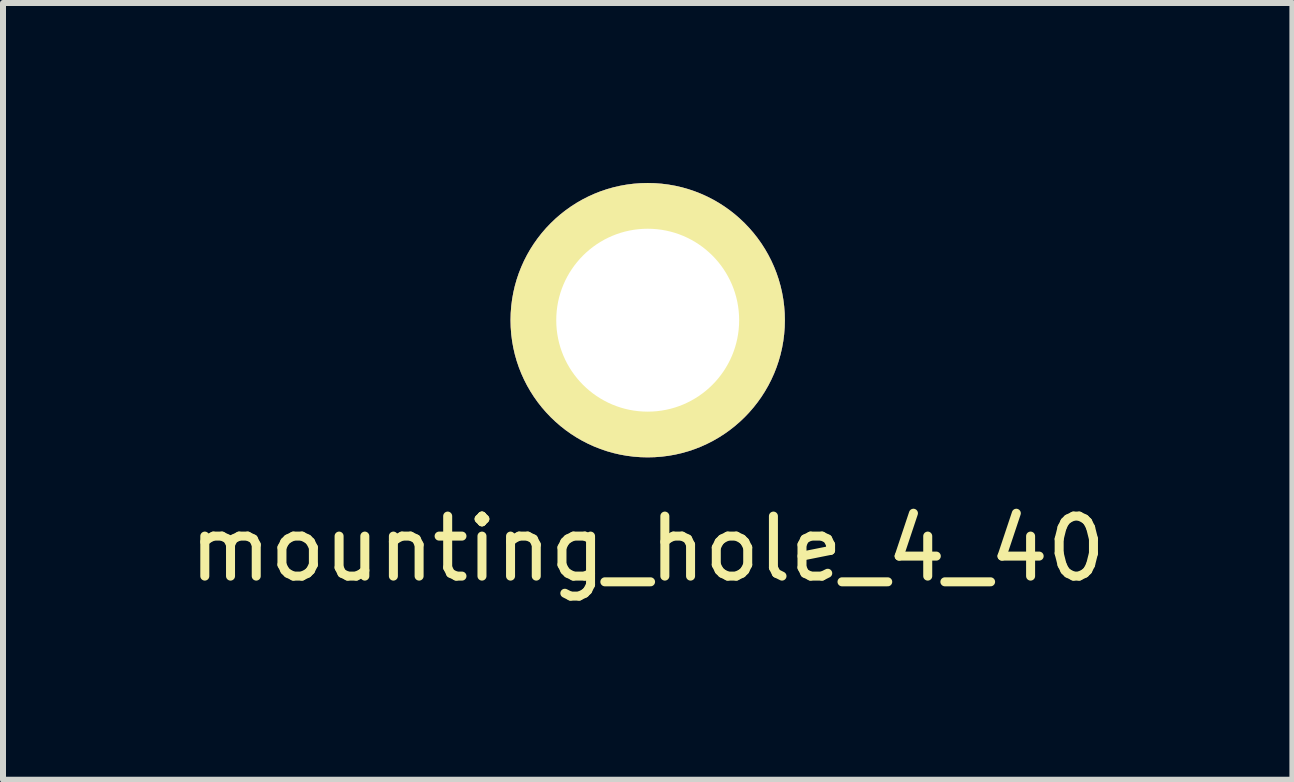
<source format=kicad_pcb>
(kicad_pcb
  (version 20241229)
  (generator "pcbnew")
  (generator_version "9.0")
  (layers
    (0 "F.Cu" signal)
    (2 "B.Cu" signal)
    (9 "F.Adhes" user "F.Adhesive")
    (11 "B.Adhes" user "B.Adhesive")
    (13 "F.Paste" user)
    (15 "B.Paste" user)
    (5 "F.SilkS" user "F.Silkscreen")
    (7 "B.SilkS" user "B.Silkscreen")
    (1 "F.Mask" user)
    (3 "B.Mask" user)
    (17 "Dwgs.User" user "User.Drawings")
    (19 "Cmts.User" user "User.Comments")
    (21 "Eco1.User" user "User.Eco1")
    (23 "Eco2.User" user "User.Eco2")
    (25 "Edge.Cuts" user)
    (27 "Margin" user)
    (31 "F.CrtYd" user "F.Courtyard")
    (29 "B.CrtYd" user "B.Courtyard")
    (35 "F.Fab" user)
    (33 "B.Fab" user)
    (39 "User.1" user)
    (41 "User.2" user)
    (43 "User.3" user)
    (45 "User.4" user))
  (footprint "mounting_hole_4_40"
    (layer "F.Cu")
    (at 7.744 2.286)
    (property "Reference" "mounting_hole_4_40" (at 0 3.81 0) (layer "F.SilkS") (effects (font (size 1 1) (thickness 0.15))))
    (attr through_hole)
    (pad "1" thru_hole circle (at 0 0) (size 4.572 4.572) (drill 3.048) (layers "*.Cu" "*.Mask" "F.SilkS")))
  (gr_rect
    (start -3 -3)
    (end 18.488 9.944)
    (stroke (width 0.1) (type default))
    (fill no)
    (layer "Edge.Cuts")))
</source>
